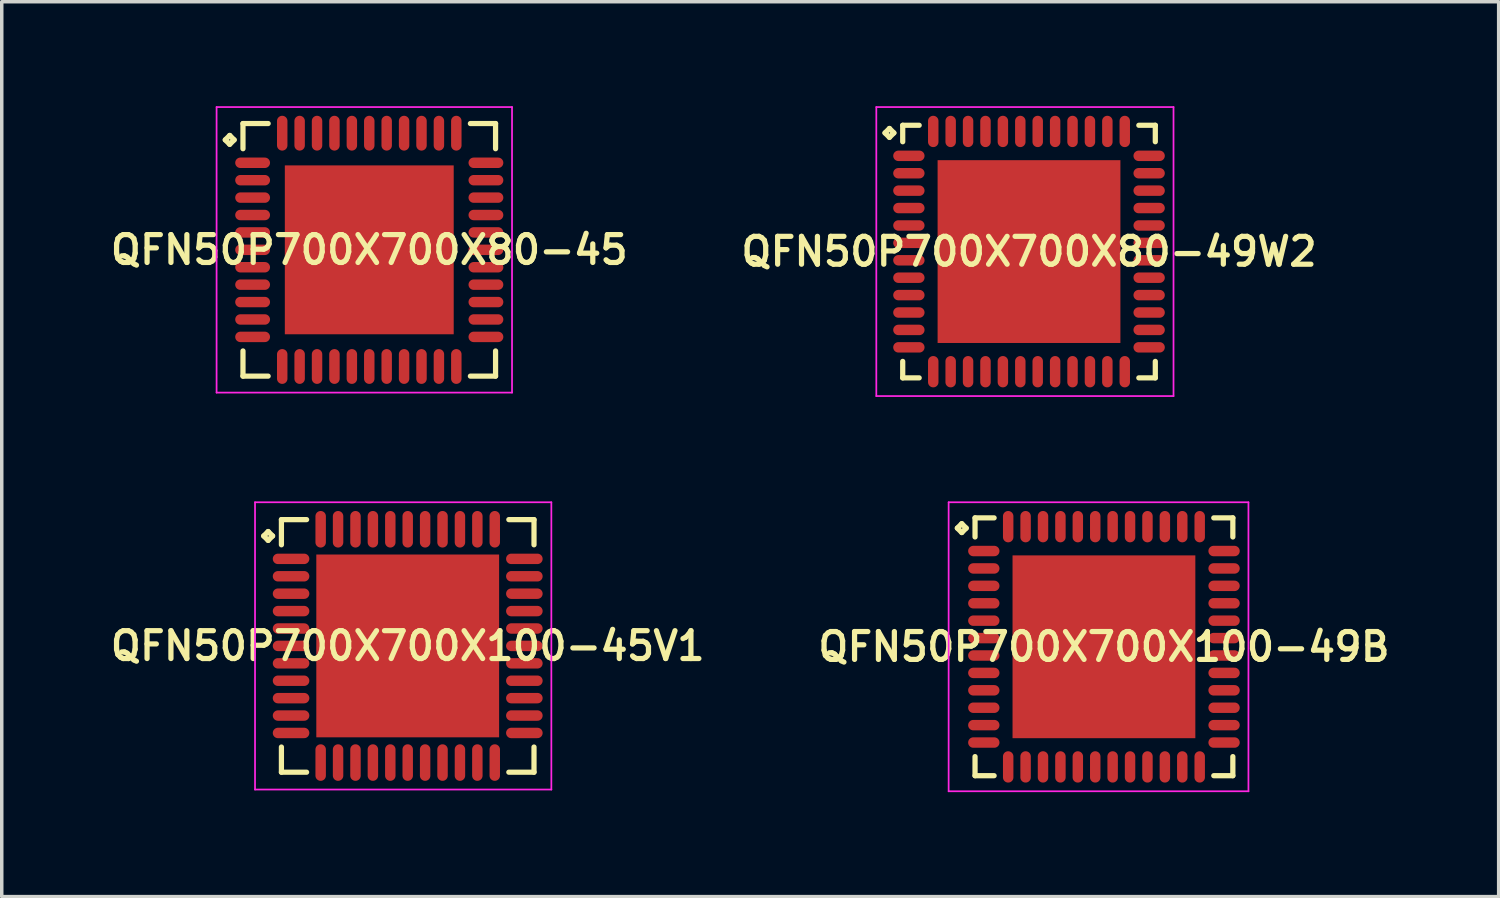
<source format=kicad_pcb>
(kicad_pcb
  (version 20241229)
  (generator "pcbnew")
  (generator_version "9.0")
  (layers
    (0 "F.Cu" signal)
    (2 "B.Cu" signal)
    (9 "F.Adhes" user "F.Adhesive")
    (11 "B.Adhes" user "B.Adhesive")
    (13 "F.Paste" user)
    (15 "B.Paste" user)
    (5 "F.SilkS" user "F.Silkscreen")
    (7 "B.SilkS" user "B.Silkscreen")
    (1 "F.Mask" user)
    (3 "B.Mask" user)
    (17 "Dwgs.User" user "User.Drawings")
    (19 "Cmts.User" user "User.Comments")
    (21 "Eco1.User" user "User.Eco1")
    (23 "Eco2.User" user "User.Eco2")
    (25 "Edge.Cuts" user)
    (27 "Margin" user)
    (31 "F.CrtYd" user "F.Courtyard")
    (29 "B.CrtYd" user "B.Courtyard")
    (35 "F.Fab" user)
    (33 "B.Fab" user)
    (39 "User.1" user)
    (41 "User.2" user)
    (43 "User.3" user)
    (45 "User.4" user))
  (footprint "QFN50P700X700X80-45"
    (layer "F.Cu")
    (at 7.555 4.125)
    (property "Reference" "QFN50P700X700X80-45" (at 0 0 0) (layer "F.SilkS") (effects (font (size 0.8 0.8) (thickness 0.15))))
    (attr smd)
    (fp_line (start -4.135 -3.158) (end -4.008 -3.285) (stroke (width 0.15) (type solid)) (layer "F.SilkS"))
    (fp_line (start -4.008 -3.285) (end -3.881 -3.158) (stroke (width 0.15) (type solid)) (layer "F.SilkS"))
    (fp_line (start -4.008 -3.031) (end -4.135 -3.158) (stroke (width 0.15) (type solid)) (layer "F.SilkS"))
    (fp_line (start -3.881 -3.158) (end -4.008 -3.031) (stroke (width 0.15) (type solid)) (layer "F.SilkS"))
    (fp_line (start -3.627 -3.627) (end -2.904 -3.627) (stroke (width 0.15) (type solid)) (layer "F.SilkS"))
    (fp_line (start -3.627 -2.904) (end -3.627 -3.627) (stroke (width 0.15) (type solid)) (layer "F.SilkS"))
    (fp_line (start -3.627 2.904) (end -3.627 3.627) (stroke (width 0.15) (type solid)) (layer "F.SilkS"))
    (fp_line (start -3.627 3.627) (end -2.904 3.627) (stroke (width 0.15) (type solid)) (layer "F.SilkS"))
    (fp_line (start 2.904 -3.627) (end 3.627 -3.627) (stroke (width 0.15) (type solid)) (layer "F.SilkS"))
    (fp_line (start 2.904 3.627) (end 3.627 3.627) (stroke (width 0.15) (type solid)) (layer "F.SilkS"))
    (fp_line (start 3.627 -3.627) (end 3.627 -2.904) (stroke (width 0.15) (type solid)) (layer "F.SilkS"))
    (fp_line (start 3.627 3.627) (end 3.627 2.904) (stroke (width 0.15) (type solid)) (layer "F.SilkS"))
    (fp_line (start -4.385 -4.1) (end 4.1 -4.1) (stroke (width 0.05) (type solid)) (layer "F.CrtYd"))
    (fp_line (start -4.385 4.1) (end -4.385 -4.1) (stroke (width 0.05) (type solid)) (layer "F.CrtYd"))
    (fp_line (start 4.1 -4.1) (end 4.1 4.1) (stroke (width 0.05) (type solid)) (layer "F.CrtYd"))
    (fp_line (start 4.1 4.1) (end -4.385 4.1) (stroke (width 0.05) (type solid)) (layer "F.CrtYd"))
    (pad "1" smd oval (at -3.35 -2.5) (size 1 0.3) (layers "F.Cu" "F.Mask" "F.Paste"))
    (pad "2" smd oval (at -3.35 -2) (size 1 0.3) (layers "F.Cu" "F.Mask" "F.Paste"))
    (pad "3" smd oval (at -3.35 -1.5) (size 1 0.3) (layers "F.Cu" "F.Mask" "F.Paste"))
    (pad "4" smd oval (at -3.35 -1) (size 1 0.3) (layers "F.Cu" "F.Mask" "F.Paste"))
    (pad "5" smd oval (at -3.35 -0.5) (size 1 0.3) (layers "F.Cu" "F.Mask" "F.Paste"))
    (pad "6" smd oval (at -3.35 0) (size 1 0.3) (layers "F.Cu" "F.Mask" "F.Paste"))
    (pad "7" smd oval (at -3.35 0.5) (size 1 0.3) (layers "F.Cu" "F.Mask" "F.Paste"))
    (pad "8" smd oval (at -3.35 1) (size 1 0.3) (layers "F.Cu" "F.Mask" "F.Paste"))
    (pad "9" smd oval (at -3.35 1.5) (size 1 0.3) (layers "F.Cu" "F.Mask" "F.Paste"))
    (pad "10" smd oval (at -3.35 2) (size 1 0.3) (layers "F.Cu" "F.Mask" "F.Paste"))
    (pad "11" smd oval (at -3.35 2.5) (size 1 0.3) (layers "F.Cu" "F.Mask" "F.Paste"))
    (pad "12" smd oval (at -2.5 3.35) (size 0.3 1) (layers "F.Cu" "F.Mask" "F.Paste"))
    (pad "13" smd oval (at -2 3.35) (size 0.3 1) (layers "F.Cu" "F.Mask" "F.Paste"))
    (pad "14" smd oval (at -1.5 3.35) (size 0.3 1) (layers "F.Cu" "F.Mask" "F.Paste"))
    (pad "15" smd oval (at -1 3.35) (size 0.3 1) (layers "F.Cu" "F.Mask" "F.Paste"))
    (pad "16" smd oval (at -0.5 3.35) (size 0.3 1) (layers "F.Cu" "F.Mask" "F.Paste"))
    (pad "17" smd oval (at 0 3.35) (size 0.3 1) (layers "F.Cu" "F.Mask" "F.Paste"))
    (pad "18" smd oval (at 0.5 3.35) (size 0.3 1) (layers "F.Cu" "F.Mask" "F.Paste"))
    (pad "19" smd oval (at 1 3.35) (size 0.3 1) (layers "F.Cu" "F.Mask" "F.Paste"))
    (pad "20" smd oval (at 1.5 3.35) (size 0.3 1) (layers "F.Cu" "F.Mask" "F.Paste"))
    (pad "21" smd oval (at 2 3.35) (size 0.3 1) (layers "F.Cu" "F.Mask" "F.Paste"))
    (pad "22" smd oval (at 2.5 3.35) (size 0.3 1) (layers "F.Cu" "F.Mask" "F.Paste"))
    (pad "23" smd oval (at 3.35 2.5) (size 1 0.3) (layers "F.Cu" "F.Mask" "F.Paste"))
    (pad "24" smd oval (at 3.35 2) (size 1 0.3) (layers "F.Cu" "F.Mask" "F.Paste"))
    (pad "25" smd oval (at 3.35 1.5) (size 1 0.3) (layers "F.Cu" "F.Mask" "F.Paste"))
    (pad "26" smd oval (at 3.35 1) (size 1 0.3) (layers "F.Cu" "F.Mask" "F.Paste"))
    (pad "27" smd oval (at 3.35 0.5) (size 1 0.3) (layers "F.Cu" "F.Mask" "F.Paste"))
    (pad "28" smd oval (at 3.35 0) (size 1 0.3) (layers "F.Cu" "F.Mask" "F.Paste"))
    (pad "29" smd oval (at 3.35 -0.5) (size 1 0.3) (layers "F.Cu" "F.Mask" "F.Paste"))
    (pad "30" smd oval (at 3.35 -1) (size 1 0.3) (layers "F.Cu" "F.Mask" "F.Paste"))
    (pad "31" smd oval (at 3.35 -1.5) (size 1 0.3) (layers "F.Cu" "F.Mask" "F.Paste"))
    (pad "32" smd oval (at 3.35 -2) (size 1 0.3) (layers "F.Cu" "F.Mask" "F.Paste"))
    (pad "33" smd oval (at 3.35 -2.5) (size 1 0.3) (layers "F.Cu" "F.Mask" "F.Paste"))
    (pad "34" smd oval (at 2.5 -3.35) (size 0.3 1) (layers "F.Cu" "F.Mask" "F.Paste"))
    (pad "35" smd oval (at 2 -3.35) (size 0.3 1) (layers "F.Cu" "F.Mask" "F.Paste"))
    (pad "36" smd oval (at 1.5 -3.35) (size 0.3 1) (layers "F.Cu" "F.Mask" "F.Paste"))
    (pad "37" smd oval (at 1 -3.35) (size 0.3 1) (layers "F.Cu" "F.Mask" "F.Paste"))
    (pad "38" smd oval (at 0.5 -3.35) (size 0.3 1) (layers "F.Cu" "F.Mask" "F.Paste"))
    (pad "39" smd oval (at 0 -3.35) (size 0.3 1) (layers "F.Cu" "F.Mask" "F.Paste"))
    (pad "40" smd oval (at -0.5 -3.35) (size 0.3 1) (layers "F.Cu" "F.Mask" "F.Paste"))
    (pad "41" smd oval (at -1 -3.35) (size 0.3 1) (layers "F.Cu" "F.Mask" "F.Paste"))
    (pad "42" smd oval (at -1.5 -3.35) (size 0.3 1) (layers "F.Cu" "F.Mask" "F.Paste"))
    (pad "43" smd oval (at -2 -3.35) (size 0.3 1) (layers "F.Cu" "F.Mask" "F.Paste"))
    (pad "44" smd oval (at -2.5 -3.35) (size 0.3 1) (layers "F.Cu" "F.Mask" "F.Paste"))
    (pad "45" smd rect (at 0 0) (size 4.85 4.85) (layers "F.Cu" "F.Mask" "F.Paste")))
  (footprint "QFN50P700X700X100-49B"
    (layer "F.Cu")
    (at 28.654 15.525)
    (property "Reference" "QFN50P700X700X100-49B" (at 0 0 0) (layer "F.SilkS") (effects (font (size 0.8 0.8) (thickness 0.15))))
    (attr smd)
    (fp_line (start -4.21 -3.408) (end -4.083 -3.535) (stroke (width 0.15) (type solid)) (layer "F.SilkS"))
    (fp_line (start -4.083 -3.535) (end -3.956 -3.408) (stroke (width 0.15) (type solid)) (layer "F.SilkS"))
    (fp_line (start -4.083 -3.281) (end -4.21 -3.408) (stroke (width 0.15) (type solid)) (layer "F.SilkS"))
    (fp_line (start -3.956 -3.408) (end -4.083 -3.281) (stroke (width 0.15) (type solid)) (layer "F.SilkS"))
    (fp_line (start -3.702 -3.702) (end -3.154 -3.702) (stroke (width 0.15) (type solid)) (layer "F.SilkS"))
    (fp_line (start -3.702 -3.154) (end -3.702 -3.702) (stroke (width 0.15) (type solid)) (layer "F.SilkS"))
    (fp_line (start -3.702 3.154) (end -3.702 3.702) (stroke (width 0.15) (type solid)) (layer "F.SilkS"))
    (fp_line (start -3.702 3.702) (end -3.154 3.702) (stroke (width 0.15) (type solid)) (layer "F.SilkS"))
    (fp_line (start 3.154 -3.702) (end 3.702 -3.702) (stroke (width 0.15) (type solid)) (layer "F.SilkS"))
    (fp_line (start 3.154 3.702) (end 3.702 3.702) (stroke (width 0.15) (type solid)) (layer "F.SilkS"))
    (fp_line (start 3.702 -3.702) (end 3.702 -3.154) (stroke (width 0.15) (type solid)) (layer "F.SilkS"))
    (fp_line (start 3.702 3.702) (end 3.702 3.154) (stroke (width 0.15) (type solid)) (layer "F.SilkS"))
    (fp_line (start -4.46 -4.15) (end 4.15 -4.15) (stroke (width 0.05) (type solid)) (layer "F.CrtYd"))
    (fp_line (start -4.46 4.15) (end -4.46 -4.15) (stroke (width 0.05) (type solid)) (layer "F.CrtYd"))
    (fp_line (start 4.15 -4.15) (end 4.15 4.15) (stroke (width 0.05) (type solid)) (layer "F.CrtYd"))
    (fp_line (start 4.15 4.15) (end -4.46 4.15) (stroke (width 0.05) (type solid)) (layer "F.CrtYd"))
    (pad "1" smd oval (at -3.45 -2.75) (size 0.9 0.3) (layers "F.Cu" "F.Mask" "F.Paste"))
    (pad "2" smd oval (at -3.45 -2.25) (size 0.9 0.3) (layers "F.Cu" "F.Mask" "F.Paste"))
    (pad "3" smd oval (at -3.45 -1.75) (size 0.9 0.3) (layers "F.Cu" "F.Mask" "F.Paste"))
    (pad "4" smd oval (at -3.45 -1.25) (size 0.9 0.3) (layers "F.Cu" "F.Mask" "F.Paste"))
    (pad "5" smd oval (at -3.45 -0.75) (size 0.9 0.3) (layers "F.Cu" "F.Mask" "F.Paste"))
    (pad "6" smd oval (at -3.45 -0.25) (size 0.9 0.3) (layers "F.Cu" "F.Mask" "F.Paste"))
    (pad "7" smd oval (at -3.45 0.25) (size 0.9 0.3) (layers "F.Cu" "F.Mask" "F.Paste"))
    (pad "8" smd oval (at -3.45 0.75) (size 0.9 0.3) (layers "F.Cu" "F.Mask" "F.Paste"))
    (pad "9" smd oval (at -3.45 1.25) (size 0.9 0.3) (layers "F.Cu" "F.Mask" "F.Paste"))
    (pad "10" smd oval (at -3.45 1.75) (size 0.9 0.3) (layers "F.Cu" "F.Mask" "F.Paste"))
    (pad "11" smd oval (at -3.45 2.25) (size 0.9 0.3) (layers "F.Cu" "F.Mask" "F.Paste"))
    (pad "12" smd oval (at -3.45 2.75) (size 0.9 0.3) (layers "F.Cu" "F.Mask" "F.Paste"))
    (pad "13" smd oval (at -2.75 3.45) (size 0.3 0.9) (layers "F.Cu" "F.Mask" "F.Paste"))
    (pad "14" smd oval (at -2.25 3.45) (size 0.3 0.9) (layers "F.Cu" "F.Mask" "F.Paste"))
    (pad "15" smd oval (at -1.75 3.45) (size 0.3 0.9) (layers "F.Cu" "F.Mask" "F.Paste"))
    (pad "16" smd oval (at -1.25 3.45) (size 0.3 0.9) (layers "F.Cu" "F.Mask" "F.Paste"))
    (pad "17" smd oval (at -0.75 3.45) (size 0.3 0.9) (layers "F.Cu" "F.Mask" "F.Paste"))
    (pad "18" smd oval (at -0.25 3.45) (size 0.3 0.9) (layers "F.Cu" "F.Mask" "F.Paste"))
    (pad "19" smd oval (at 0.25 3.45) (size 0.3 0.9) (layers "F.Cu" "F.Mask" "F.Paste"))
    (pad "20" smd oval (at 0.75 3.45) (size 0.3 0.9) (layers "F.Cu" "F.Mask" "F.Paste"))
    (pad "21" smd oval (at 1.25 3.45) (size 0.3 0.9) (layers "F.Cu" "F.Mask" "F.Paste"))
    (pad "22" smd oval (at 1.75 3.45) (size 0.3 0.9) (layers "F.Cu" "F.Mask" "F.Paste"))
    (pad "23" smd oval (at 2.25 3.45) (size 0.3 0.9) (layers "F.Cu" "F.Mask" "F.Paste"))
    (pad "24" smd oval (at 2.75 3.45) (size 0.3 0.9) (layers "F.Cu" "F.Mask" "F.Paste"))
    (pad "25" smd oval (at 3.45 2.75) (size 0.9 0.3) (layers "F.Cu" "F.Mask" "F.Paste"))
    (pad "26" smd oval (at 3.45 2.25) (size 0.9 0.3) (layers "F.Cu" "F.Mask" "F.Paste"))
    (pad "27" smd oval (at 3.45 1.75) (size 0.9 0.3) (layers "F.Cu" "F.Mask" "F.Paste"))
    (pad "28" smd oval (at 3.45 1.25) (size 0.9 0.3) (layers "F.Cu" "F.Mask" "F.Paste"))
    (pad "29" smd oval (at 3.45 0.75) (size 0.9 0.3) (layers "F.Cu" "F.Mask" "F.Paste"))
    (pad "30" smd oval (at 3.45 0.25) (size 0.9 0.3) (layers "F.Cu" "F.Mask" "F.Paste"))
    (pad "31" smd oval (at 3.45 -0.25) (size 0.9 0.3) (layers "F.Cu" "F.Mask" "F.Paste"))
    (pad "32" smd oval (at 3.45 -0.75) (size 0.9 0.3) (layers "F.Cu" "F.Mask" "F.Paste"))
    (pad "33" smd oval (at 3.45 -1.25) (size 0.9 0.3) (layers "F.Cu" "F.Mask" "F.Paste"))
    (pad "34" smd oval (at 3.45 -1.75) (size 0.9 0.3) (layers "F.Cu" "F.Mask" "F.Paste"))
    (pad "35" smd oval (at 3.45 -2.25) (size 0.9 0.3) (layers "F.Cu" "F.Mask" "F.Paste"))
    (pad "36" smd oval (at 3.45 -2.75) (size 0.9 0.3) (layers "F.Cu" "F.Mask" "F.Paste"))
    (pad "37" smd oval (at 2.75 -3.45) (size 0.3 0.9) (layers "F.Cu" "F.Mask" "F.Paste"))
    (pad "38" smd oval (at 2.25 -3.45) (size 0.3 0.9) (layers "F.Cu" "F.Mask" "F.Paste"))
    (pad "39" smd oval (at 1.75 -3.45) (size 0.3 0.9) (layers "F.Cu" "F.Mask" "F.Paste"))
    (pad "40" smd oval (at 1.25 -3.45) (size 0.3 0.9) (layers "F.Cu" "F.Mask" "F.Paste"))
    (pad "41" smd oval (at 0.75 -3.45) (size 0.3 0.9) (layers "F.Cu" "F.Mask" "F.Paste"))
    (pad "42" smd oval (at 0.25 -3.45) (size 0.3 0.9) (layers "F.Cu" "F.Mask" "F.Paste"))
    (pad "43" smd oval (at -0.25 -3.45) (size 0.3 0.9) (layers "F.Cu" "F.Mask" "F.Paste"))
    (pad "44" smd oval (at -0.75 -3.45) (size 0.3 0.9) (layers "F.Cu" "F.Mask" "F.Paste"))
    (pad "45" smd oval (at -1.25 -3.45) (size 0.3 0.9) (layers "F.Cu" "F.Mask" "F.Paste"))
    (pad "46" smd oval (at -1.75 -3.45) (size 0.3 0.9) (layers "F.Cu" "F.Mask" "F.Paste"))
    (pad "47" smd oval (at -2.25 -3.45) (size 0.3 0.9) (layers "F.Cu" "F.Mask" "F.Paste"))
    (pad "48" smd oval (at -2.75 -3.45) (size 0.3 0.9) (layers "F.Cu" "F.Mask" "F.Paste"))
    (pad "49" smd rect (at 0 0) (size 5.25 5.25) (layers "F.Cu" "F.Mask" "F.Paste")))
  (footprint "QFN50P700X700X80-49W2"
    (layer "F.Cu")
    (at 26.502 4.175)
    (property "Reference" "QFN50P700X700X80-49W2" (at 0 0 0) (layer "F.SilkS") (effects (font (size 0.8 0.8) (thickness 0.15))))
    (attr smd)
    (fp_line (start -4.135 -3.408) (end -4.008 -3.535) (stroke (width 0.15) (type solid)) (layer "F.SilkS"))
    (fp_line (start -4.008 -3.535) (end -3.881 -3.408) (stroke (width 0.15) (type solid)) (layer "F.SilkS"))
    (fp_line (start -4.008 -3.281) (end -4.135 -3.408) (stroke (width 0.15) (type solid)) (layer "F.SilkS"))
    (fp_line (start -3.881 -3.408) (end -4.008 -3.281) (stroke (width 0.15) (type solid)) (layer "F.SilkS"))
    (fp_line (start -3.627 -3.627) (end -3.154 -3.627) (stroke (width 0.15) (type solid)) (layer "F.SilkS"))
    (fp_line (start -3.627 -3.154) (end -3.627 -3.627) (stroke (width 0.15) (type solid)) (layer "F.SilkS"))
    (fp_line (start -3.627 3.154) (end -3.627 3.627) (stroke (width 0.15) (type solid)) (layer "F.SilkS"))
    (fp_line (start -3.627 3.627) (end -3.154 3.627) (stroke (width 0.15) (type solid)) (layer "F.SilkS"))
    (fp_line (start 3.154 -3.627) (end 3.627 -3.627) (stroke (width 0.15) (type solid)) (layer "F.SilkS"))
    (fp_line (start 3.154 3.627) (end 3.627 3.627) (stroke (width 0.15) (type solid)) (layer "F.SilkS"))
    (fp_line (start 3.627 -3.627) (end 3.627 -3.154) (stroke (width 0.15) (type solid)) (layer "F.SilkS"))
    (fp_line (start 3.627 3.627) (end 3.627 3.154) (stroke (width 0.15) (type solid)) (layer "F.SilkS"))
    (fp_line (start -4.385 -4.15) (end 4.15 -4.15) (stroke (width 0.05) (type solid)) (layer "F.CrtYd"))
    (fp_line (start -4.385 4.15) (end -4.385 -4.15) (stroke (width 0.05) (type solid)) (layer "F.CrtYd"))
    (fp_line (start 4.15 -4.15) (end 4.15 4.15) (stroke (width 0.05) (type solid)) (layer "F.CrtYd"))
    (fp_line (start 4.15 4.15) (end -4.385 4.15) (stroke (width 0.05) (type solid)) (layer "F.CrtYd"))
    (pad "1" smd oval (at -3.45 -2.75) (size 0.9 0.3) (layers "F.Cu" "F.Mask" "F.Paste"))
    (pad "2" smd oval (at -3.45 -2.25) (size 0.9 0.3) (layers "F.Cu" "F.Mask" "F.Paste"))
    (pad "3" smd oval (at -3.45 -1.75) (size 0.9 0.3) (layers "F.Cu" "F.Mask" "F.Paste"))
    (pad "4" smd oval (at -3.45 -1.25) (size 0.9 0.3) (layers "F.Cu" "F.Mask" "F.Paste"))
    (pad "5" smd oval (at -3.45 -0.75) (size 0.9 0.3) (layers "F.Cu" "F.Mask" "F.Paste"))
    (pad "6" smd oval (at -3.45 -0.25) (size 0.9 0.3) (layers "F.Cu" "F.Mask" "F.Paste"))
    (pad "7" smd oval (at -3.45 0.25) (size 0.9 0.3) (layers "F.Cu" "F.Mask" "F.Paste"))
    (pad "8" smd oval (at -3.45 0.75) (size 0.9 0.3) (layers "F.Cu" "F.Mask" "F.Paste"))
    (pad "9" smd oval (at -3.45 1.25) (size 0.9 0.3) (layers "F.Cu" "F.Mask" "F.Paste"))
    (pad "10" smd oval (at -3.45 1.75) (size 0.9 0.3) (layers "F.Cu" "F.Mask" "F.Paste"))
    (pad "11" smd oval (at -3.45 2.25) (size 0.9 0.3) (layers "F.Cu" "F.Mask" "F.Paste"))
    (pad "12" smd oval (at -3.45 2.75) (size 0.9 0.3) (layers "F.Cu" "F.Mask" "F.Paste"))
    (pad "13" smd oval (at -2.75 3.45) (size 0.3 0.9) (layers "F.Cu" "F.Mask" "F.Paste"))
    (pad "14" smd oval (at -2.25 3.45) (size 0.3 0.9) (layers "F.Cu" "F.Mask" "F.Paste"))
    (pad "15" smd oval (at -1.75 3.45) (size 0.3 0.9) (layers "F.Cu" "F.Mask" "F.Paste"))
    (pad "16" smd oval (at -1.25 3.45) (size 0.3 0.9) (layers "F.Cu" "F.Mask" "F.Paste"))
    (pad "17" smd oval (at -0.75 3.45) (size 0.3 0.9) (layers "F.Cu" "F.Mask" "F.Paste"))
    (pad "18" smd oval (at -0.25 3.45) (size 0.3 0.9) (layers "F.Cu" "F.Mask" "F.Paste"))
    (pad "19" smd oval (at 0.25 3.45) (size 0.3 0.9) (layers "F.Cu" "F.Mask" "F.Paste"))
    (pad "20" smd oval (at 0.75 3.45) (size 0.3 0.9) (layers "F.Cu" "F.Mask" "F.Paste"))
    (pad "21" smd oval (at 1.25 3.45) (size 0.3 0.9) (layers "F.Cu" "F.Mask" "F.Paste"))
    (pad "22" smd oval (at 1.75 3.45) (size 0.3 0.9) (layers "F.Cu" "F.Mask" "F.Paste"))
    (pad "23" smd oval (at 2.25 3.45) (size 0.3 0.9) (layers "F.Cu" "F.Mask" "F.Paste"))
    (pad "24" smd oval (at 2.75 3.45) (size 0.3 0.9) (layers "F.Cu" "F.Mask" "F.Paste"))
    (pad "25" smd oval (at 3.45 2.75) (size 0.9 0.3) (layers "F.Cu" "F.Mask" "F.Paste"))
    (pad "26" smd oval (at 3.45 2.25) (size 0.9 0.3) (layers "F.Cu" "F.Mask" "F.Paste"))
    (pad "27" smd oval (at 3.45 1.75) (size 0.9 0.3) (layers "F.Cu" "F.Mask" "F.Paste"))
    (pad "28" smd oval (at 3.45 1.25) (size 0.9 0.3) (layers "F.Cu" "F.Mask" "F.Paste"))
    (pad "29" smd oval (at 3.45 0.75) (size 0.9 0.3) (layers "F.Cu" "F.Mask" "F.Paste"))
    (pad "30" smd oval (at 3.45 0.25) (size 0.9 0.3) (layers "F.Cu" "F.Mask" "F.Paste"))
    (pad "31" smd oval (at 3.45 -0.25) (size 0.9 0.3) (layers "F.Cu" "F.Mask" "F.Paste"))
    (pad "32" smd oval (at 3.45 -0.75) (size 0.9 0.3) (layers "F.Cu" "F.Mask" "F.Paste"))
    (pad "33" smd oval (at 3.45 -1.25) (size 0.9 0.3) (layers "F.Cu" "F.Mask" "F.Paste"))
    (pad "34" smd oval (at 3.45 -1.75) (size 0.9 0.3) (layers "F.Cu" "F.Mask" "F.Paste"))
    (pad "35" smd oval (at 3.45 -2.25) (size 0.9 0.3) (layers "F.Cu" "F.Mask" "F.Paste"))
    (pad "36" smd oval (at 3.45 -2.75) (size 0.9 0.3) (layers "F.Cu" "F.Mask" "F.Paste"))
    (pad "37" smd oval (at 2.75 -3.45) (size 0.3 0.9) (layers "F.Cu" "F.Mask" "F.Paste"))
    (pad "38" smd oval (at 2.25 -3.45) (size 0.3 0.9) (layers "F.Cu" "F.Mask" "F.Paste"))
    (pad "39" smd oval (at 1.75 -3.45) (size 0.3 0.9) (layers "F.Cu" "F.Mask" "F.Paste"))
    (pad "40" smd oval (at 1.25 -3.45) (size 0.3 0.9) (layers "F.Cu" "F.Mask" "F.Paste"))
    (pad "41" smd oval (at 0.75 -3.45) (size 0.3 0.9) (layers "F.Cu" "F.Mask" "F.Paste"))
    (pad "42" smd oval (at 0.25 -3.45) (size 0.3 0.9) (layers "F.Cu" "F.Mask" "F.Paste"))
    (pad "43" smd oval (at -0.25 -3.45) (size 0.3 0.9) (layers "F.Cu" "F.Mask" "F.Paste"))
    (pad "44" smd oval (at -0.75 -3.45) (size 0.3 0.9) (layers "F.Cu" "F.Mask" "F.Paste"))
    (pad "45" smd oval (at -1.25 -3.45) (size 0.3 0.9) (layers "F.Cu" "F.Mask" "F.Paste"))
    (pad "46" smd oval (at -1.75 -3.45) (size 0.3 0.9) (layers "F.Cu" "F.Mask" "F.Paste"))
    (pad "47" smd oval (at -2.25 -3.45) (size 0.3 0.9) (layers "F.Cu" "F.Mask" "F.Paste"))
    (pad "48" smd oval (at -2.75 -3.45) (size 0.3 0.9) (layers "F.Cu" "F.Mask" "F.Paste"))
    (pad "49" smd rect (at 0 0) (size 5.25 5.25) (layers "F.Cu" "F.Mask" "F.Paste")))
  (footprint "QFN50P700X700X100-45V1"
    (layer "F.Cu")
    (at 8.659 15.5)
    (property "Reference" "QFN50P700X700X100-45V1" (at 0 0 0) (layer "F.SilkS") (effects (font (size 0.8 0.8) (thickness 0.15))))
    (attr smd)
    (fp_line (start -4.135 -3.158) (end -4.008 -3.285) (stroke (width 0.15) (type solid)) (layer "F.SilkS"))
    (fp_line (start -4.008 -3.285) (end -3.881 -3.158) (stroke (width 0.15) (type solid)) (layer "F.SilkS"))
    (fp_line (start -4.008 -3.031) (end -4.135 -3.158) (stroke (width 0.15) (type solid)) (layer "F.SilkS"))
    (fp_line (start -3.881 -3.158) (end -4.008 -3.031) (stroke (width 0.15) (type solid)) (layer "F.SilkS"))
    (fp_line (start -3.627 -3.627) (end -2.904 -3.627) (stroke (width 0.15) (type solid)) (layer "F.SilkS"))
    (fp_line (start -3.627 -2.904) (end -3.627 -3.627) (stroke (width 0.15) (type solid)) (layer "F.SilkS"))
    (fp_line (start -3.627 2.904) (end -3.627 3.627) (stroke (width 0.15) (type solid)) (layer "F.SilkS"))
    (fp_line (start -3.627 3.627) (end -2.904 3.627) (stroke (width 0.15) (type solid)) (layer "F.SilkS"))
    (fp_line (start 2.904 -3.627) (end 3.627 -3.627) (stroke (width 0.15) (type solid)) (layer "F.SilkS"))
    (fp_line (start 2.904 3.627) (end 3.627 3.627) (stroke (width 0.15) (type solid)) (layer "F.SilkS"))
    (fp_line (start 3.627 -3.627) (end 3.627 -2.904) (stroke (width 0.15) (type solid)) (layer "F.SilkS"))
    (fp_line (start 3.627 3.627) (end 3.627 2.904) (stroke (width 0.15) (type solid)) (layer "F.SilkS"))
    (fp_line (start -4.385 -4.125) (end 4.125 -4.125) (stroke (width 0.05) (type solid)) (layer "F.CrtYd"))
    (fp_line (start -4.385 4.125) (end -4.385 -4.125) (stroke (width 0.05) (type solid)) (layer "F.CrtYd"))
    (fp_line (start 4.125 -4.125) (end 4.125 4.125) (stroke (width 0.05) (type solid)) (layer "F.CrtYd"))
    (fp_line (start 4.125 4.125) (end -4.385 4.125) (stroke (width 0.05) (type solid)) (layer "F.CrtYd"))
    (pad "1" smd oval (at -3.35 -2.5) (size 1.05 0.3) (layers "F.Cu" "F.Mask" "F.Paste"))
    (pad "2" smd oval (at -3.35 -2) (size 1.05 0.3) (layers "F.Cu" "F.Mask" "F.Paste"))
    (pad "3" smd oval (at -3.35 -1.5) (size 1.05 0.3) (layers "F.Cu" "F.Mask" "F.Paste"))
    (pad "4" smd oval (at -3.35 -1) (size 1.05 0.3) (layers "F.Cu" "F.Mask" "F.Paste"))
    (pad "5" smd oval (at -3.35 -0.5) (size 1.05 0.3) (layers "F.Cu" "F.Mask" "F.Paste"))
    (pad "6" smd oval (at -3.35 0) (size 1.05 0.3) (layers "F.Cu" "F.Mask" "F.Paste"))
    (pad "7" smd oval (at -3.35 0.5) (size 1.05 0.3) (layers "F.Cu" "F.Mask" "F.Paste"))
    (pad "8" smd oval (at -3.35 1) (size 1.05 0.3) (layers "F.Cu" "F.Mask" "F.Paste"))
    (pad "9" smd oval (at -3.35 1.5) (size 1.05 0.3) (layers "F.Cu" "F.Mask" "F.Paste"))
    (pad "10" smd oval (at -3.35 2) (size 1.05 0.3) (layers "F.Cu" "F.Mask" "F.Paste"))
    (pad "11" smd oval (at -3.35 2.5) (size 1.05 0.3) (layers "F.Cu" "F.Mask" "F.Paste"))
    (pad "12" smd oval (at -2.5 3.35) (size 0.3 1.05) (layers "F.Cu" "F.Mask" "F.Paste"))
    (pad "13" smd oval (at -2 3.35) (size 0.3 1.05) (layers "F.Cu" "F.Mask" "F.Paste"))
    (pad "14" smd oval (at -1.5 3.35) (size 0.3 1.05) (layers "F.Cu" "F.Mask" "F.Paste"))
    (pad "15" smd oval (at -1 3.35) (size 0.3 1.05) (layers "F.Cu" "F.Mask" "F.Paste"))
    (pad "16" smd oval (at -0.5 3.35) (size 0.3 1.05) (layers "F.Cu" "F.Mask" "F.Paste"))
    (pad "17" smd oval (at 0 3.35) (size 0.3 1.05) (layers "F.Cu" "F.Mask" "F.Paste"))
    (pad "18" smd oval (at 0.5 3.35) (size 0.3 1.05) (layers "F.Cu" "F.Mask" "F.Paste"))
    (pad "19" smd oval (at 1 3.35) (size 0.3 1.05) (layers "F.Cu" "F.Mask" "F.Paste"))
    (pad "20" smd oval (at 1.5 3.35) (size 0.3 1.05) (layers "F.Cu" "F.Mask" "F.Paste"))
    (pad "21" smd oval (at 2 3.35) (size 0.3 1.05) (layers "F.Cu" "F.Mask" "F.Paste"))
    (pad "22" smd oval (at 2.5 3.35) (size 0.3 1.05) (layers "F.Cu" "F.Mask" "F.Paste"))
    (pad "23" smd oval (at 3.35 2.5) (size 1.05 0.3) (layers "F.Cu" "F.Mask" "F.Paste"))
    (pad "24" smd oval (at 3.35 2) (size 1.05 0.3) (layers "F.Cu" "F.Mask" "F.Paste"))
    (pad "25" smd oval (at 3.35 1.5) (size 1.05 0.3) (layers "F.Cu" "F.Mask" "F.Paste"))
    (pad "26" smd oval (at 3.35 1) (size 1.05 0.3) (layers "F.Cu" "F.Mask" "F.Paste"))
    (pad "27" smd oval (at 3.35 0.5) (size 1.05 0.3) (layers "F.Cu" "F.Mask" "F.Paste"))
    (pad "28" smd oval (at 3.35 0) (size 1.05 0.3) (layers "F.Cu" "F.Mask" "F.Paste"))
    (pad "29" smd oval (at 3.35 -0.5) (size 1.05 0.3) (layers "F.Cu" "F.Mask" "F.Paste"))
    (pad "30" smd oval (at 3.35 -1) (size 1.05 0.3) (layers "F.Cu" "F.Mask" "F.Paste"))
    (pad "31" smd oval (at 3.35 -1.5) (size 1.05 0.3) (layers "F.Cu" "F.Mask" "F.Paste"))
    (pad "32" smd oval (at 3.35 -2) (size 1.05 0.3) (layers "F.Cu" "F.Mask" "F.Paste"))
    (pad "33" smd oval (at 3.35 -2.5) (size 1.05 0.3) (layers "F.Cu" "F.Mask" "F.Paste"))
    (pad "34" smd oval (at 2.5 -3.35) (size 0.3 1.05) (layers "F.Cu" "F.Mask" "F.Paste"))
    (pad "35" smd oval (at 2 -3.35) (size 0.3 1.05) (layers "F.Cu" "F.Mask" "F.Paste"))
    (pad "36" smd oval (at 1.5 -3.35) (size 0.3 1.05) (layers "F.Cu" "F.Mask" "F.Paste"))
    (pad "37" smd oval (at 1 -3.35) (size 0.3 1.05) (layers "F.Cu" "F.Mask" "F.Paste"))
    (pad "38" smd oval (at 0.5 -3.35) (size 0.3 1.05) (layers "F.Cu" "F.Mask" "F.Paste"))
    (pad "39" smd oval (at 0 -3.35) (size 0.3 1.05) (layers "F.Cu" "F.Mask" "F.Paste"))
    (pad "40" smd oval (at -0.5 -3.35) (size 0.3 1.05) (layers "F.Cu" "F.Mask" "F.Paste"))
    (pad "41" smd oval (at -1 -3.35) (size 0.3 1.05) (layers "F.Cu" "F.Mask" "F.Paste"))
    (pad "42" smd oval (at -1.5 -3.35) (size 0.3 1.05) (layers "F.Cu" "F.Mask" "F.Paste"))
    (pad "43" smd oval (at -2 -3.35) (size 0.3 1.05) (layers "F.Cu" "F.Mask" "F.Paste"))
    (pad "44" smd oval (at -2.5 -3.35) (size 0.3 1.05) (layers "F.Cu" "F.Mask" "F.Paste"))
    (pad "45" smd rect (at 0 0) (size 5.25 5.25) (layers "F.Cu" "F.Mask" "F.Paste")))
  (gr_rect
    (start -3 -3)
    (end 39.99 22.7)
    (stroke (width 0.1) (type default))
    (fill no)
    (layer "Edge.Cuts")))
</source>
